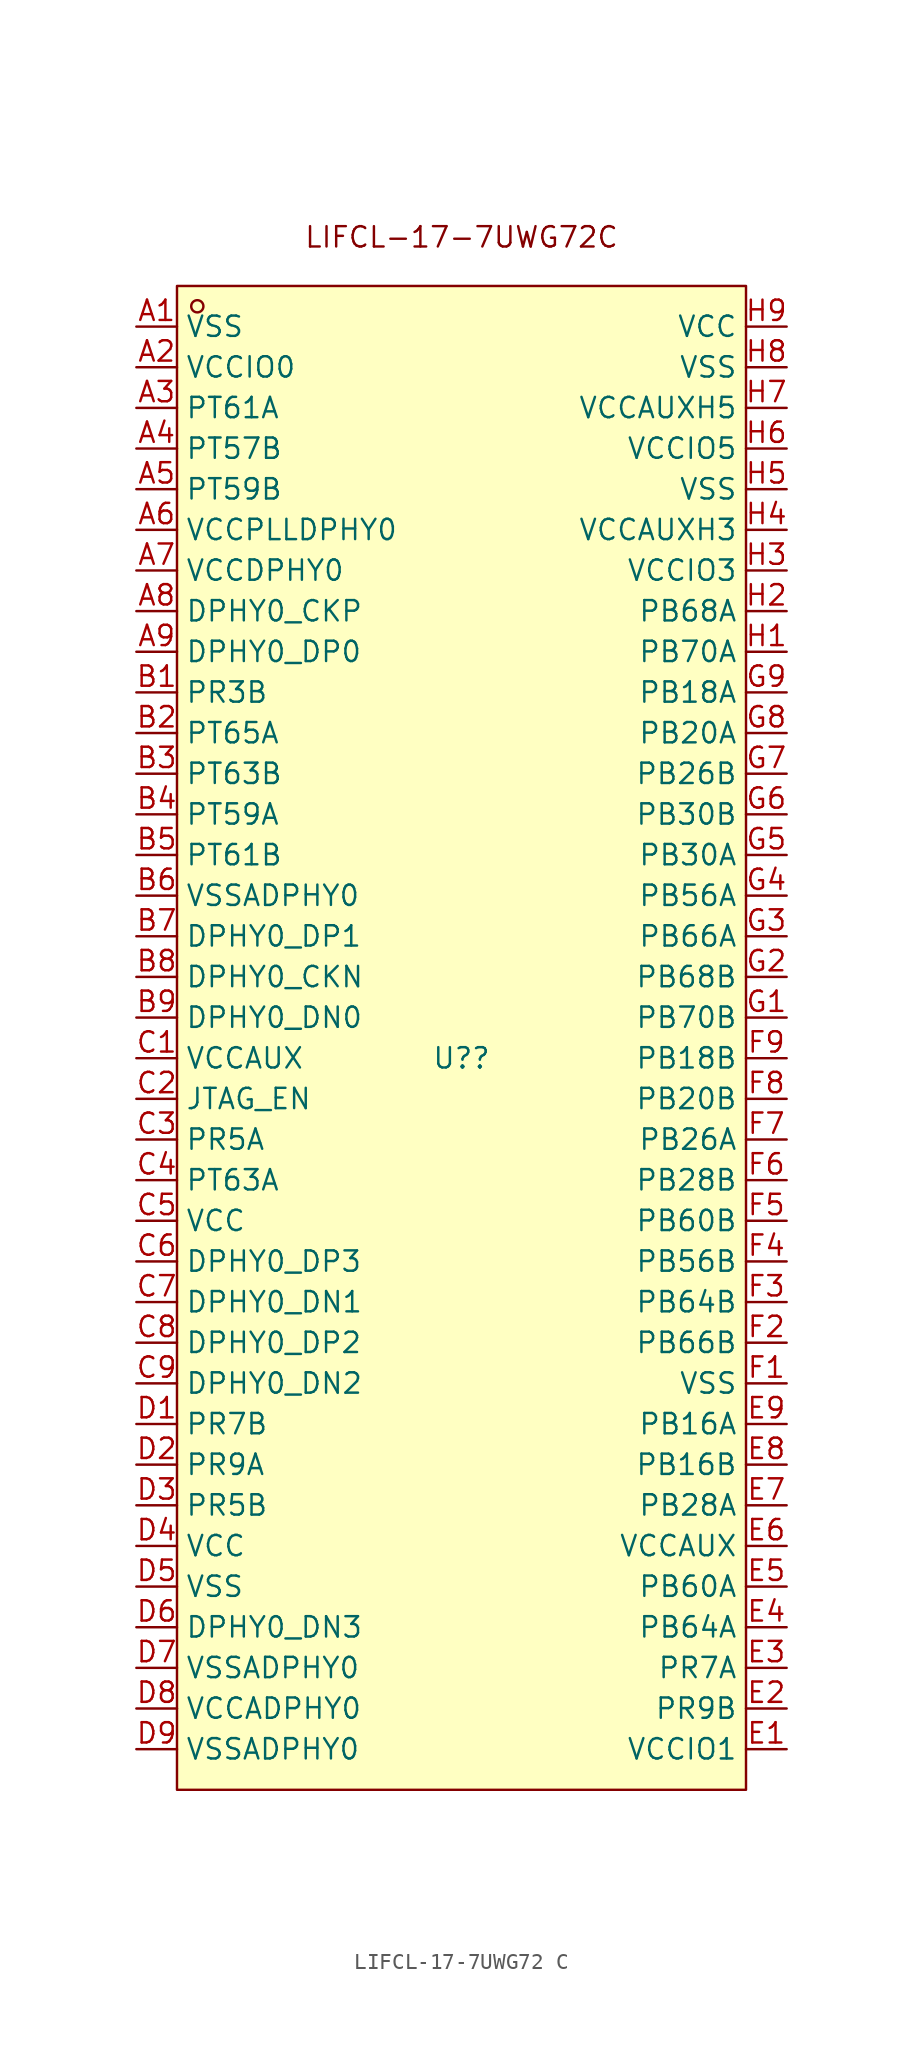
<source format=kicad_sym>
(kicad_symbol_lib
  (version 20231120)
  (generator "kicad_symbol_editor")
  (generator_version "8.0")
  (symbol "LIFCL-17-7UWG72 C"
    (property "Reference" "U?"
      (at 0 0 0)
      (effects (font (size 1.27 1.27))))
    (property "Value" ""
      (at 0 0 0)
      (effects (font (size 1.27 1.27))))
    (symbol "LIFCL-17-7UWG72 C_1_0"
      (rectangle (start -17.78 48.26) (end 17.78 -45.72) (stroke (width 0) (type default)) (fill (type background)))
      (circle (center -16.51 46.99) (radius 0.381) (stroke (width 0) (type default)) (fill (type none)))
      (pin input line (at -20.32 45.72 0) (length 2.54) (name "VSS" (effects (font (size 1.27 1.27)))) (number "A1" (effects (font (size 1.27 1.27)))))
      (pin input line (at -20.32 43.18 0) (length 2.54) (name "VCCIO0" (effects (font (size 1.27 1.27)))) (number "A2" (effects (font (size 1.27 1.27)))))
      (pin input line (at -20.32 40.64 0) (length 2.54) (name "PT61A" (effects (font (size 1.27 1.27)))) (number "A3" (effects (font (size 1.27 1.27)))))
      (pin input line (at -20.32 38.1 0) (length 2.54) (name "PT57B" (effects (font (size 1.27 1.27)))) (number "A4" (effects (font (size 1.27 1.27)))))
      (pin input line (at -20.32 35.56 0) (length 2.54) (name "PT59B" (effects (font (size 1.27 1.27)))) (number "A5" (effects (font (size 1.27 1.27)))))
      (pin input line (at -20.32 33.02 0) (length 2.54) (name "VCCPLLDPHY0" (effects (font (size 1.27 1.27)))) (number "A6" (effects (font (size 1.27 1.27)))))
      (pin input line (at -20.32 30.48 0) (length 2.54) (name "VCCDPHY0" (effects (font (size 1.27 1.27)))) (number "A7" (effects (font (size 1.27 1.27)))))
      (pin input line (at -20.32 27.94 0) (length 2.54) (name "DPHY0_CKP" (effects (font (size 1.27 1.27)))) (number "A8" (effects (font (size 1.27 1.27)))))
      (pin input line (at -20.32 25.4 0) (length 2.54) (name "DPHY0_DP0" (effects (font (size 1.27 1.27)))) (number "A9" (effects (font (size 1.27 1.27)))))
      (pin input line (at -20.32 22.86 0) (length 2.54) (name "PR3B" (effects (font (size 1.27 1.27)))) (number "B1" (effects (font (size 1.27 1.27)))))
      (pin input line (at -20.32 20.32 0) (length 2.54) (name "PT65A" (effects (font (size 1.27 1.27)))) (number "B2" (effects (font (size 1.27 1.27)))))
      (pin input line (at -20.32 17.78 0) (length 2.54) (name "PT63B" (effects (font (size 1.27 1.27)))) (number "B3" (effects (font (size 1.27 1.27)))))
      (pin input line (at -20.32 15.24 0) (length 2.54) (name "PT59A" (effects (font (size 1.27 1.27)))) (number "B4" (effects (font (size 1.27 1.27)))))
      (pin input line (at -20.32 12.7 0) (length 2.54) (name "PT61B" (effects (font (size 1.27 1.27)))) (number "B5" (effects (font (size 1.27 1.27)))))
      (pin input line (at -20.32 10.16 0) (length 2.54) (name "VSSADPHY0" (effects (font (size 1.27 1.27)))) (number "B6" (effects (font (size 1.27 1.27)))))
      (pin input line (at -20.32 7.62 0) (length 2.54) (name "DPHY0_DP1" (effects (font (size 1.27 1.27)))) (number "B7" (effects (font (size 1.27 1.27)))))
      (pin input line (at -20.32 5.08 0) (length 2.54) (name "DPHY0_CKN" (effects (font (size 1.27 1.27)))) (number "B8" (effects (font (size 1.27 1.27)))))
      (pin input line (at -20.32 2.54 0) (length 2.54) (name "DPHY0_DN0" (effects (font (size 1.27 1.27)))) (number "B9" (effects (font (size 1.27 1.27)))))
      (pin input line (at -20.32 0 0) (length 2.54) (name "VCCAUX" (effects (font (size 1.27 1.27)))) (number "C1" (effects (font (size 1.27 1.27)))))
      (pin input line (at -20.32 -2.54 0) (length 2.54) (name "JTAG_EN" (effects (font (size 1.27 1.27)))) (number "C2" (effects (font (size 1.27 1.27)))))
      (pin input line (at -20.32 -5.08 0) (length 2.54) (name "PR5A" (effects (font (size 1.27 1.27)))) (number "C3" (effects (font (size 1.27 1.27)))))
      (pin input line (at -20.32 -7.62 0) (length 2.54) (name "PT63A" (effects (font (size 1.27 1.27)))) (number "C4" (effects (font (size 1.27 1.27)))))
      (pin input line (at -20.32 -10.16 0) (length 2.54) (name "VCC" (effects (font (size 1.27 1.27)))) (number "C5" (effects (font (size 1.27 1.27)))))
      (pin input line (at -20.32 -12.7 0) (length 2.54) (name "DPHY0_DP3" (effects (font (size 1.27 1.27)))) (number "C6" (effects (font (size 1.27 1.27)))))
      (pin input line (at -20.32 -15.24 0) (length 2.54) (name "DPHY0_DN1" (effects (font (size 1.27 1.27)))) (number "C7" (effects (font (size 1.27 1.27)))))
      (pin input line (at -20.32 -17.78 0) (length 2.54) (name "DPHY0_DP2" (effects (font (size 1.27 1.27)))) (number "C8" (effects (font (size 1.27 1.27)))))
      (pin input line (at -20.32 -20.32 0) (length 2.54) (name "DPHY0_DN2" (effects (font (size 1.27 1.27)))) (number "C9" (effects (font (size 1.27 1.27)))))
      (pin input line (at -20.32 -22.86 0) (length 2.54) (name "PR7B" (effects (font (size 1.27 1.27)))) (number "D1" (effects (font (size 1.27 1.27)))))
      (pin input line (at -20.32 -25.4 0) (length 2.54) (name "PR9A" (effects (font (size 1.27 1.27)))) (number "D2" (effects (font (size 1.27 1.27)))))
      (pin input line (at -20.32 -27.94 0) (length 2.54) (name "PR5B" (effects (font (size 1.27 1.27)))) (number "D3" (effects (font (size 1.27 1.27)))))
      (pin input line (at -20.32 -30.48 0) (length 2.54) (name "VCC" (effects (font (size 1.27 1.27)))) (number "D4" (effects (font (size 1.27 1.27)))))
      (pin input line (at -20.32 -33.02 0) (length 2.54) (name "VSS" (effects (font (size 1.27 1.27)))) (number "D5" (effects (font (size 1.27 1.27)))))
      (pin input line (at -20.32 -35.56 0) (length 2.54) (name "DPHY0_DN3" (effects (font (size 1.27 1.27)))) (number "D6" (effects (font (size 1.27 1.27)))))
      (pin input line (at -20.32 -38.1 0) (length 2.54) (name "VSSADPHY0" (effects (font (size 1.27 1.27)))) (number "D7" (effects (font (size 1.27 1.27)))))
      (pin input line (at -20.32 -40.64 0) (length 2.54) (name "VCCADPHY0" (effects (font (size 1.27 1.27)))) (number "D8" (effects (font (size 1.27 1.27)))))
      (pin input line (at -20.32 -43.18 0) (length 2.54) (name "VSSADPHY0" (effects (font (size 1.27 1.27)))) (number "D9" (effects (font (size 1.27 1.27)))))
      (pin input line (at 20.32 -43.18 180) (length 2.54) (name "VCCIO1" (effects (font (size 1.27 1.27)))) (number "E1" (effects (font (size 1.27 1.27)))))
      (pin input line (at 20.32 -40.64 180) (length 2.54) (name "PR9B" (effects (font (size 1.27 1.27)))) (number "E2" (effects (font (size 1.27 1.27)))))
      (pin input line (at 20.32 -38.1 180) (length 2.54) (name "PR7A" (effects (font (size 1.27 1.27)))) (number "E3" (effects (font (size 1.27 1.27)))))
      (pin input line (at 20.32 -35.56 180) (length 2.54) (name "PB64A" (effects (font (size 1.27 1.27)))) (number "E4" (effects (font (size 1.27 1.27)))))
      (pin input line (at 20.32 -33.02 180) (length 2.54) (name "PB60A" (effects (font (size 1.27 1.27)))) (number "E5" (effects (font (size 1.27 1.27)))))
      (pin input line (at 20.32 -30.48 180) (length 2.54) (name "VCCAUX" (effects (font (size 1.27 1.27)))) (number "E6" (effects (font (size 1.27 1.27)))))
      (pin input line (at 20.32 -27.94 180) (length 2.54) (name "PB28A" (effects (font (size 1.27 1.27)))) (number "E7" (effects (font (size 1.27 1.27)))))
      (pin input line (at 20.32 -25.4 180) (length 2.54) (name "PB16B" (effects (font (size 1.27 1.27)))) (number "E8" (effects (font (size 1.27 1.27)))))
      (pin input line (at 20.32 -22.86 180) (length 2.54) (name "PB16A" (effects (font (size 1.27 1.27)))) (number "E9" (effects (font (size 1.27 1.27)))))
      (pin input line (at 20.32 -20.32 180) (length 2.54) (name "VSS" (effects (font (size 1.27 1.27)))) (number "F1" (effects (font (size 1.27 1.27)))))
      (pin input line (at 20.32 -17.78 180) (length 2.54) (name "PB66B" (effects (font (size 1.27 1.27)))) (number "F2" (effects (font (size 1.27 1.27)))))
      (pin input line (at 20.32 -15.24 180) (length 2.54) (name "PB64B" (effects (font (size 1.27 1.27)))) (number "F3" (effects (font (size 1.27 1.27)))))
      (pin input line (at 20.32 -12.7 180) (length 2.54) (name "PB56B" (effects (font (size 1.27 1.27)))) (number "F4" (effects (font (size 1.27 1.27)))))
      (pin input line (at 20.32 -10.16 180) (length 2.54) (name "PB60B" (effects (font (size 1.27 1.27)))) (number "F5" (effects (font (size 1.27 1.27)))))
      (pin input line (at 20.32 -7.62 180) (length 2.54) (name "PB28B" (effects (font (size 1.27 1.27)))) (number "F6" (effects (font (size 1.27 1.27)))))
      (pin input line (at 20.32 -5.08 180) (length 2.54) (name "PB26A" (effects (font (size 1.27 1.27)))) (number "F7" (effects (font (size 1.27 1.27)))))
      (pin input line (at 20.32 -2.54 180) (length 2.54) (name "PB20B" (effects (font (size 1.27 1.27)))) (number "F8" (effects (font (size 1.27 1.27)))))
      (pin input line (at 20.32 0 180) (length 2.54) (name "PB18B" (effects (font (size 1.27 1.27)))) (number "F9" (effects (font (size 1.27 1.27)))))
      (pin input line (at 20.32 2.54 180) (length 2.54) (name "PB70B" (effects (font (size 1.27 1.27)))) (number "G1" (effects (font (size 1.27 1.27)))))
      (pin input line (at 20.32 5.08 180) (length 2.54) (name "PB68B" (effects (font (size 1.27 1.27)))) (number "G2" (effects (font (size 1.27 1.27)))))
      (pin input line (at 20.32 7.62 180) (length 2.54) (name "PB66A" (effects (font (size 1.27 1.27)))) (number "G3" (effects (font (size 1.27 1.27)))))
      (pin input line (at 20.32 10.16 180) (length 2.54) (name "PB56A" (effects (font (size 1.27 1.27)))) (number "G4" (effects (font (size 1.27 1.27)))))
      (pin input line (at 20.32 12.7 180) (length 2.54) (name "PB30A" (effects (font (size 1.27 1.27)))) (number "G5" (effects (font (size 1.27 1.27)))))
      (pin input line (at 20.32 15.24 180) (length 2.54) (name "PB30B" (effects (font (size 1.27 1.27)))) (number "G6" (effects (font (size 1.27 1.27)))))
      (pin input line (at 20.32 17.78 180) (length 2.54) (name "PB26B" (effects (font (size 1.27 1.27)))) (number "G7" (effects (font (size 1.27 1.27)))))
      (pin input line (at 20.32 20.32 180) (length 2.54) (name "PB20A" (effects (font (size 1.27 1.27)))) (number "G8" (effects (font (size 1.27 1.27)))))
      (pin input line (at 20.32 22.86 180) (length 2.54) (name "PB18A" (effects (font (size 1.27 1.27)))) (number "G9" (effects (font (size 1.27 1.27)))))
      (pin input line (at 20.32 25.4 180) (length 2.54) (name "PB70A" (effects (font (size 1.27 1.27)))) (number "H1" (effects (font (size 1.27 1.27)))))
      (pin input line (at 20.32 27.94 180) (length 2.54) (name "PB68A" (effects (font (size 1.27 1.27)))) (number "H2" (effects (font (size 1.27 1.27)))))
      (pin input line (at 20.32 30.48 180) (length 2.54) (name "VCCIO3" (effects (font (size 1.27 1.27)))) (number "H3" (effects (font (size 1.27 1.27)))))
      (pin input line (at 20.32 33.02 180) (length 2.54) (name "VCCAUXH3" (effects (font (size 1.27 1.27)))) (number "H4" (effects (font (size 1.27 1.27)))))
      (pin input line (at 20.32 35.56 180) (length 2.54) (name "VSS" (effects (font (size 1.27 1.27)))) (number "H5" (effects (font (size 1.27 1.27)))))
      (pin input line (at 20.32 38.1 180) (length 2.54) (name "VCCIO5" (effects (font (size 1.27 1.27)))) (number "H6" (effects (font (size 1.27 1.27)))))
      (pin input line (at 20.32 40.64 180) (length 2.54) (name "VCCAUXH5" (effects (font (size 1.27 1.27)))) (number "H7" (effects (font (size 1.27 1.27)))))
      (pin input line (at 20.32 43.18 180) (length 2.54) (name "VSS" (effects (font (size 1.27 1.27)))) (number "H8" (effects (font (size 1.27 1.27)))))
      (pin input line (at 20.32 45.72 180) (length 2.54) (name "VCC" (effects (font (size 1.27 1.27)))) (number "H9" (effects (font (size 1.27 1.27))))))
    (symbol "LIFCL-17-7UWG72 C_1_1"
      (text "LIFCL-17-7UWG72C" (at 0 51.308 0) (effects (font (size 1.27 1.27)))))))
</source>
